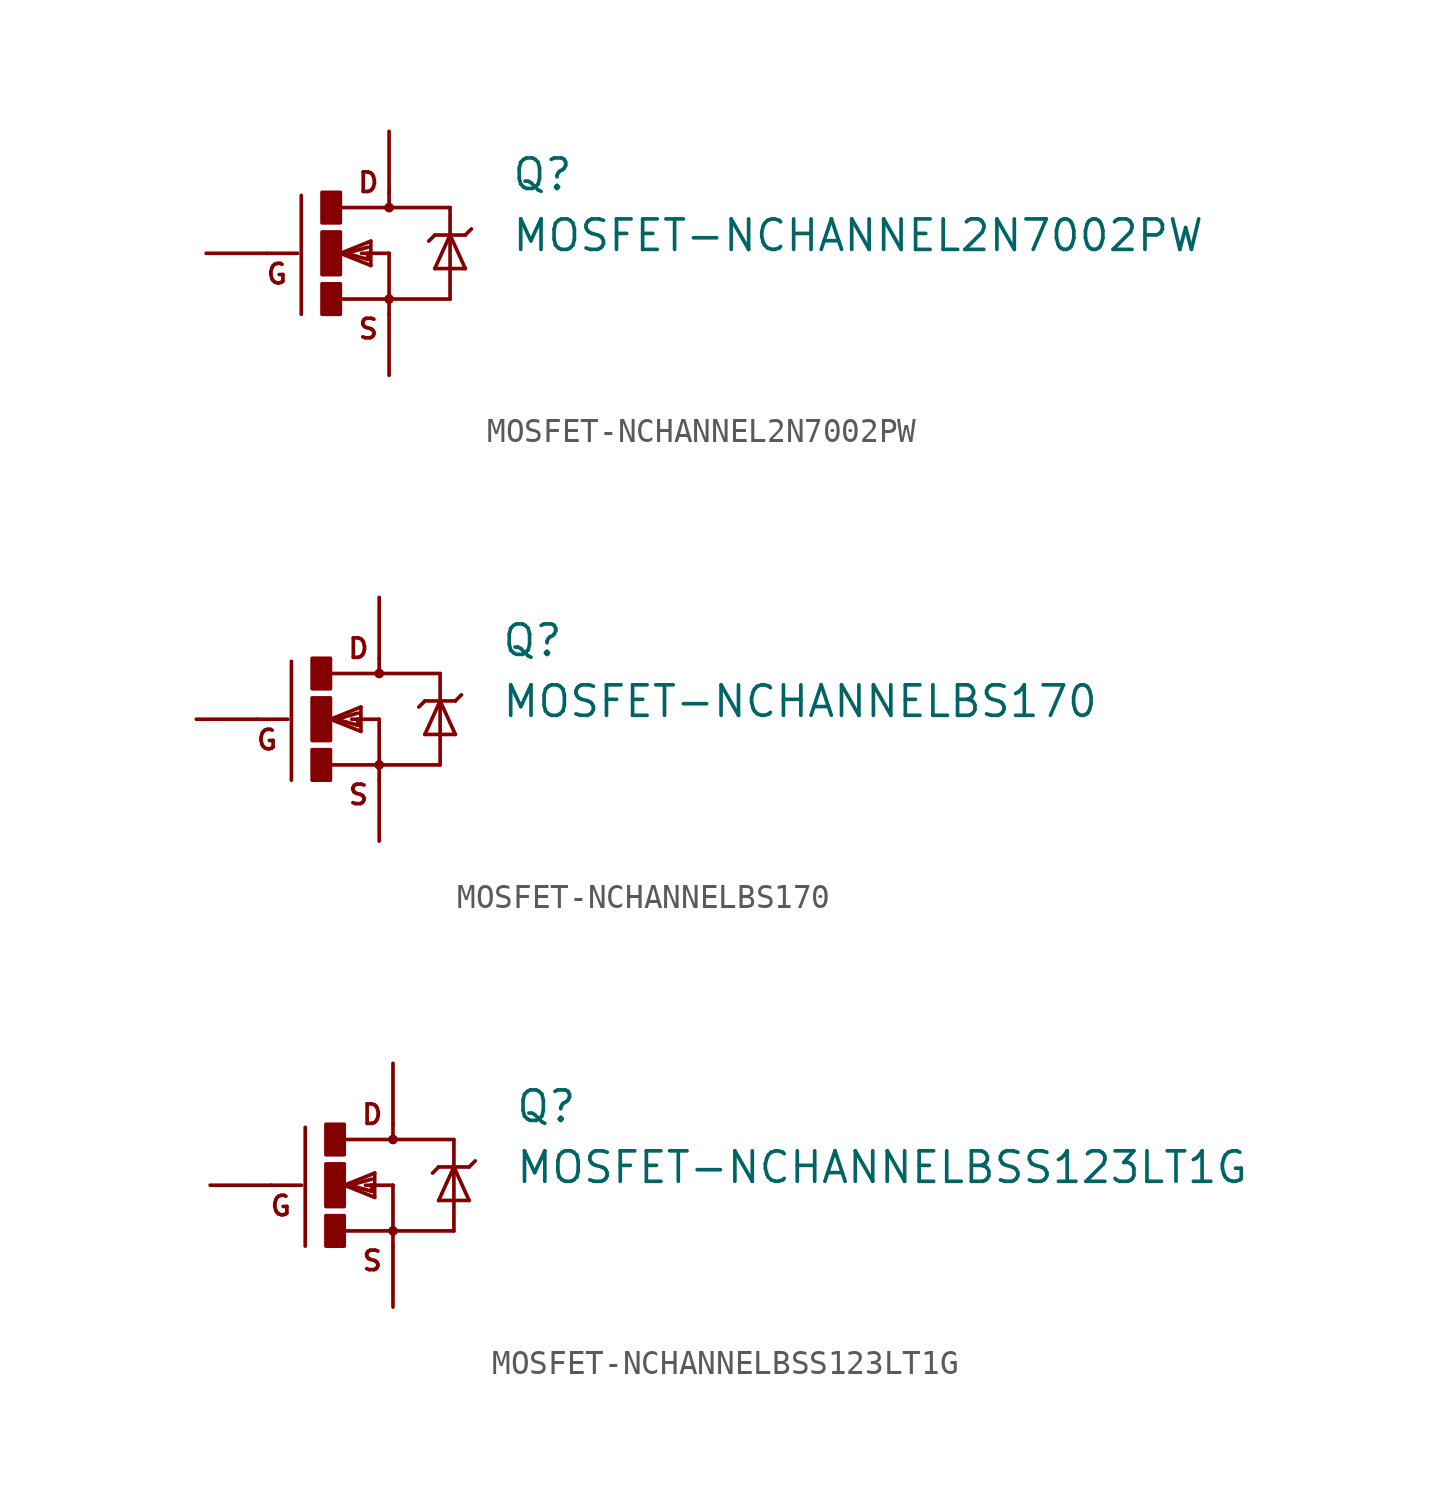
<source format=kicad_sym>
(kicad_symbol_lib
  (version 20211014)
  (generator kicad_symbol_editor)
  (symbol "MOSFET-NCHANNEL2N7002PW"
    (pin_numbers hide)
    (pin_names
      (offset 1.016) hide)
    (property "Reference" "Q"
      (at 5.08 2.54 0)
      (effects (font (size 1.27 1.27)) (justify left bottom)))
    (property "Value" "MOSFET-NCHANNEL2N7002PW"
      (at 5.08 0 0)
      (effects (font (size 1.27 1.27)) (justify left bottom)))
    (property "ki_locked" ""
      (at 0 0 0)
      (effects (font (size 1.27 1.27))))
    (symbol "MOSFET-NCHANNEL2N7002PW_1_0"
      (polyline (pts (xy -3.81 0) (xy -5.08 0)) (stroke (width 0) (type default) (color 0 0 0 0)) (fill (type none)))
      (polyline (pts (xy -3.658 2.413) (xy -3.658 -2.54)) (stroke (width 0) (type default) (color 0 0 0 0)) (fill (type none)))
      (polyline (pts (xy -2.032 -1.905) (xy 0 -1.905)) (stroke (width 0) (type default) (color 0 0 0 0)) (fill (type none)))
      (polyline (pts (xy -2.032 0) (xy -0.762 -0.508)) (stroke (width 0) (type default) (color 0 0 0 0)) (fill (type none)))
      (polyline (pts (xy -1.778 0) (xy -0.889 -0.254)) (stroke (width 0) (type default) (color 0 0 0 0)) (fill (type none)))
      (polyline (pts (xy -0.889 -0.254) (xy -0.889 0)) (stroke (width 0) (type default) (color 0 0 0 0)) (fill (type none)))
      (polyline (pts (xy -0.889 0) (xy -1.143 0)) (stroke (width 0) (type default) (color 0 0 0 0)) (fill (type none)))
      (polyline (pts (xy -0.889 0) (xy 0 0)) (stroke (width 0) (type default) (color 0 0 0 0)) (fill (type none)))
      (polyline (pts (xy -0.889 0.254) (xy -1.778 0)) (stroke (width 0) (type default) (color 0 0 0 0)) (fill (type none)))
      (polyline (pts (xy -0.762 -0.508) (xy -0.762 0.508)) (stroke (width 0) (type default) (color 0 0 0 0)) (fill (type none)))
      (polyline (pts (xy -0.762 0.508) (xy -2.032 0)) (stroke (width 0) (type default) (color 0 0 0 0)) (fill (type none)))
      (polyline (pts (xy 0 -1.905) (xy 0 -2.54)) (stroke (width 0) (type default) (color 0 0 0 0)) (fill (type none)))
      (polyline (pts (xy 0 0) (xy 0 -1.905)) (stroke (width 0) (type default) (color 0 0 0 0)) (fill (type none)))
      (polyline (pts (xy 0 1.905) (xy -2.007 1.905)) (stroke (width 0) (type default) (color 0 0 0 0)) (fill (type none)))
      (polyline (pts (xy 0 1.905) (xy 2.54 1.905)) (stroke (width 0) (type default) (color 0 0 0 0)) (fill (type none)))
      (polyline (pts (xy 0 2.54) (xy 0 1.905)) (stroke (width 0) (type default) (color 0 0 0 0)) (fill (type none)))
      (polyline (pts (xy 1.905 -0.635) (xy 3.175 -0.635)) (stroke (width 0) (type default) (color 0 0 0 0)) (fill (type none)))
      (polyline (pts (xy 1.905 0.762) (xy 1.651 0.508)) (stroke (width 0) (type default) (color 0 0 0 0)) (fill (type none)))
      (polyline (pts (xy 1.905 0.762) (xy 2.54 0.762)) (stroke (width 0) (type default) (color 0 0 0 0)) (fill (type none)))
      (polyline (pts (xy 2.54 -1.905) (xy 0 -1.905)) (stroke (width 0) (type default) (color 0 0 0 0)) (fill (type none)))
      (polyline (pts (xy 2.54 0.762) (xy 1.905 -0.635)) (stroke (width 0) (type default) (color 0 0 0 0)) (fill (type none)))
      (polyline (pts (xy 2.54 0.762) (xy 2.54 -1.905)) (stroke (width 0) (type default) (color 0 0 0 0)) (fill (type none)))
      (polyline (pts (xy 2.54 0.762) (xy 3.175 0.762)) (stroke (width 0) (type default) (color 0 0 0 0)) (fill (type none)))
      (polyline (pts (xy 2.54 1.905) (xy 2.54 0.762)) (stroke (width 0) (type default) (color 0 0 0 0)) (fill (type none)))
      (polyline (pts (xy 3.175 -0.635) (xy 2.54 0.762)) (stroke (width 0) (type default) (color 0 0 0 0)) (fill (type none)))
      (polyline (pts (xy 3.175 0.762) (xy 3.429 1.016)) (stroke (width 0) (type default) (color 0 0 0 0)) (fill (type none)))
      (text "D" (at -0.864 2.946 0) (effects (font (size 0.813 0.813))))
      (text "G" (at -4.674 -0.864 0) (effects (font (size 0.813 0.813))))
      (text "S" (at -0.864 -3.15 0) (effects (font (size 0.813 0.813)))))
    (symbol "MOSFET-NCHANNEL2N7002PW_1_1"
      (rectangle (start -2.794 -2.54) (end -2.032 -1.27) (stroke (width 0) (type default) (color 0 0 0 0)) (fill (type outline)))
      (rectangle (start -2.794 -0.889) (end -2.032 0.889) (stroke (width 0) (type default) (color 0 0 0 0)) (fill (type outline)))
      (rectangle (start -2.794 1.27) (end -2.032 2.54) (stroke (width 0) (type default) (color 0 0 0 0)) (fill (type outline)))
      (circle (center 0 -1.905) (radius 0.127) (stroke (width 0) (type default) (color 0 0 0 0)) (fill (type outline)))
      (circle (center 0 1.905) (radius 0.127) (stroke (width 0) (type default) (color 0 0 0 0)) (fill (type outline)))
      (pin passive line (at -7.62 0 0) (length 2.54) (name "G" (effects (font (size 1.016 1.016)))) (number "1" (effects (font (size 1.016 1.016)))))
      (pin passive line (at 0 -5.08 90) (length 2.54) (name "S" (effects (font (size 1.016 1.016)))) (number "2" (effects (font (size 1.016 1.016)))))
      (pin passive line (at 0 5.08 270) (length 2.54) (name "D" (effects (font (size 1.016 1.016)))) (number "3" (effects (font (size 1.016 1.016)))))))
  (symbol "MOSFET-NCHANNELBS170"
    (pin_numbers hide)
    (pin_names
      (offset 1.016) hide)
    (property "Reference" "Q"
      (at 5.08 2.54 0)
      (effects (font (size 1.27 1.27)) (justify left bottom)))
    (property "Value" "MOSFET-NCHANNELBS170"
      (at 5.08 0 0)
      (effects (font (size 1.27 1.27)) (justify left bottom)))
    (property "ki_locked" ""
      (at 0 0 0)
      (effects (font (size 1.27 1.27))))
    (symbol "MOSFET-NCHANNELBS170_1_0"
      (polyline (pts (xy -3.81 0) (xy -5.08 0)) (stroke (width 0) (type default) (color 0 0 0 0)) (fill (type none)))
      (polyline (pts (xy -3.658 2.413) (xy -3.658 -2.54)) (stroke (width 0) (type default) (color 0 0 0 0)) (fill (type none)))
      (polyline (pts (xy -2.032 -1.905) (xy 0 -1.905)) (stroke (width 0) (type default) (color 0 0 0 0)) (fill (type none)))
      (polyline (pts (xy -2.032 0) (xy -0.762 -0.508)) (stroke (width 0) (type default) (color 0 0 0 0)) (fill (type none)))
      (polyline (pts (xy -1.778 0) (xy -0.889 -0.254)) (stroke (width 0) (type default) (color 0 0 0 0)) (fill (type none)))
      (polyline (pts (xy -0.889 -0.254) (xy -0.889 0)) (stroke (width 0) (type default) (color 0 0 0 0)) (fill (type none)))
      (polyline (pts (xy -0.889 0) (xy -1.143 0)) (stroke (width 0) (type default) (color 0 0 0 0)) (fill (type none)))
      (polyline (pts (xy -0.889 0) (xy 0 0)) (stroke (width 0) (type default) (color 0 0 0 0)) (fill (type none)))
      (polyline (pts (xy -0.889 0.254) (xy -1.778 0)) (stroke (width 0) (type default) (color 0 0 0 0)) (fill (type none)))
      (polyline (pts (xy -0.762 -0.508) (xy -0.762 0.508)) (stroke (width 0) (type default) (color 0 0 0 0)) (fill (type none)))
      (polyline (pts (xy -0.762 0.508) (xy -2.032 0)) (stroke (width 0) (type default) (color 0 0 0 0)) (fill (type none)))
      (polyline (pts (xy 0 -1.905) (xy 0 -2.54)) (stroke (width 0) (type default) (color 0 0 0 0)) (fill (type none)))
      (polyline (pts (xy 0 0) (xy 0 -1.905)) (stroke (width 0) (type default) (color 0 0 0 0)) (fill (type none)))
      (polyline (pts (xy 0 1.905) (xy -2.007 1.905)) (stroke (width 0) (type default) (color 0 0 0 0)) (fill (type none)))
      (polyline (pts (xy 0 1.905) (xy 2.54 1.905)) (stroke (width 0) (type default) (color 0 0 0 0)) (fill (type none)))
      (polyline (pts (xy 0 2.54) (xy 0 1.905)) (stroke (width 0) (type default) (color 0 0 0 0)) (fill (type none)))
      (polyline (pts (xy 1.905 -0.635) (xy 3.175 -0.635)) (stroke (width 0) (type default) (color 0 0 0 0)) (fill (type none)))
      (polyline (pts (xy 1.905 0.762) (xy 1.651 0.508)) (stroke (width 0) (type default) (color 0 0 0 0)) (fill (type none)))
      (polyline (pts (xy 1.905 0.762) (xy 2.54 0.762)) (stroke (width 0) (type default) (color 0 0 0 0)) (fill (type none)))
      (polyline (pts (xy 2.54 -1.905) (xy 0 -1.905)) (stroke (width 0) (type default) (color 0 0 0 0)) (fill (type none)))
      (polyline (pts (xy 2.54 0.762) (xy 1.905 -0.635)) (stroke (width 0) (type default) (color 0 0 0 0)) (fill (type none)))
      (polyline (pts (xy 2.54 0.762) (xy 2.54 -1.905)) (stroke (width 0) (type default) (color 0 0 0 0)) (fill (type none)))
      (polyline (pts (xy 2.54 0.762) (xy 3.175 0.762)) (stroke (width 0) (type default) (color 0 0 0 0)) (fill (type none)))
      (polyline (pts (xy 2.54 1.905) (xy 2.54 0.762)) (stroke (width 0) (type default) (color 0 0 0 0)) (fill (type none)))
      (polyline (pts (xy 3.175 -0.635) (xy 2.54 0.762)) (stroke (width 0) (type default) (color 0 0 0 0)) (fill (type none)))
      (polyline (pts (xy 3.175 0.762) (xy 3.429 1.016)) (stroke (width 0) (type default) (color 0 0 0 0)) (fill (type none)))
      (text "D" (at -0.864 2.946 0) (effects (font (size 0.813 0.813))))
      (text "G" (at -4.674 -0.864 0) (effects (font (size 0.813 0.813))))
      (text "S" (at -0.864 -3.15 0) (effects (font (size 0.813 0.813)))))
    (symbol "MOSFET-NCHANNELBS170_1_1"
      (rectangle (start -2.794 -2.54) (end -2.032 -1.27) (stroke (width 0) (type default) (color 0 0 0 0)) (fill (type outline)))
      (rectangle (start -2.794 -0.889) (end -2.032 0.889) (stroke (width 0) (type default) (color 0 0 0 0)) (fill (type outline)))
      (rectangle (start -2.794 1.27) (end -2.032 2.54) (stroke (width 0) (type default) (color 0 0 0 0)) (fill (type outline)))
      (circle (center 0 -1.905) (radius 0.127) (stroke (width 0) (type default) (color 0 0 0 0)) (fill (type outline)))
      (circle (center 0 1.905) (radius 0.127) (stroke (width 0) (type default) (color 0 0 0 0)) (fill (type outline)))
      (pin passive line (at 0 5.08 270) (length 2.54) (name "D" (effects (font (size 1.016 1.016)))) (number "1" (effects (font (size 1.016 1.016)))))
      (pin passive line (at -7.62 0 0) (length 2.54) (name "G" (effects (font (size 1.016 1.016)))) (number "2" (effects (font (size 1.016 1.016)))))
      (pin passive line (at 0 -5.08 90) (length 2.54) (name "S" (effects (font (size 1.016 1.016)))) (number "3" (effects (font (size 1.016 1.016)))))))
  (symbol "MOSFET-NCHANNELBSS123LT1G"
    (pin_numbers hide)
    (pin_names
      (offset 1.016) hide)
    (property "Reference" "Q"
      (at 5.08 2.54 0)
      (effects (font (size 1.27 1.27)) (justify left bottom)))
    (property "Value" "MOSFET-NCHANNELBSS123LT1G"
      (at 5.08 0 0)
      (effects (font (size 1.27 1.27)) (justify left bottom)))
    (property "ki_locked" ""
      (at 0 0 0)
      (effects (font (size 1.27 1.27))))
    (symbol "MOSFET-NCHANNELBSS123LT1G_1_0"
      (polyline (pts (xy -3.81 0) (xy -5.08 0)) (stroke (width 0) (type default) (color 0 0 0 0)) (fill (type none)))
      (polyline (pts (xy -3.658 2.413) (xy -3.658 -2.54)) (stroke (width 0) (type default) (color 0 0 0 0)) (fill (type none)))
      (polyline (pts (xy -2.032 -1.905) (xy 0 -1.905)) (stroke (width 0) (type default) (color 0 0 0 0)) (fill (type none)))
      (polyline (pts (xy -2.032 0) (xy -0.762 -0.508)) (stroke (width 0) (type default) (color 0 0 0 0)) (fill (type none)))
      (polyline (pts (xy -1.778 0) (xy -0.889 -0.254)) (stroke (width 0) (type default) (color 0 0 0 0)) (fill (type none)))
      (polyline (pts (xy -0.889 -0.254) (xy -0.889 0)) (stroke (width 0) (type default) (color 0 0 0 0)) (fill (type none)))
      (polyline (pts (xy -0.889 0) (xy -1.143 0)) (stroke (width 0) (type default) (color 0 0 0 0)) (fill (type none)))
      (polyline (pts (xy -0.889 0) (xy 0 0)) (stroke (width 0) (type default) (color 0 0 0 0)) (fill (type none)))
      (polyline (pts (xy -0.889 0.254) (xy -1.778 0)) (stroke (width 0) (type default) (color 0 0 0 0)) (fill (type none)))
      (polyline (pts (xy -0.762 -0.508) (xy -0.762 0.508)) (stroke (width 0) (type default) (color 0 0 0 0)) (fill (type none)))
      (polyline (pts (xy -0.762 0.508) (xy -2.032 0)) (stroke (width 0) (type default) (color 0 0 0 0)) (fill (type none)))
      (polyline (pts (xy 0 -1.905) (xy 0 -2.54)) (stroke (width 0) (type default) (color 0 0 0 0)) (fill (type none)))
      (polyline (pts (xy 0 0) (xy 0 -1.905)) (stroke (width 0) (type default) (color 0 0 0 0)) (fill (type none)))
      (polyline (pts (xy 0 1.905) (xy -2.007 1.905)) (stroke (width 0) (type default) (color 0 0 0 0)) (fill (type none)))
      (polyline (pts (xy 0 1.905) (xy 2.54 1.905)) (stroke (width 0) (type default) (color 0 0 0 0)) (fill (type none)))
      (polyline (pts (xy 0 2.54) (xy 0 1.905)) (stroke (width 0) (type default) (color 0 0 0 0)) (fill (type none)))
      (polyline (pts (xy 1.905 -0.635) (xy 3.175 -0.635)) (stroke (width 0) (type default) (color 0 0 0 0)) (fill (type none)))
      (polyline (pts (xy 1.905 0.762) (xy 1.651 0.508)) (stroke (width 0) (type default) (color 0 0 0 0)) (fill (type none)))
      (polyline (pts (xy 1.905 0.762) (xy 2.54 0.762)) (stroke (width 0) (type default) (color 0 0 0 0)) (fill (type none)))
      (polyline (pts (xy 2.54 -1.905) (xy 0 -1.905)) (stroke (width 0) (type default) (color 0 0 0 0)) (fill (type none)))
      (polyline (pts (xy 2.54 0.762) (xy 1.905 -0.635)) (stroke (width 0) (type default) (color 0 0 0 0)) (fill (type none)))
      (polyline (pts (xy 2.54 0.762) (xy 2.54 -1.905)) (stroke (width 0) (type default) (color 0 0 0 0)) (fill (type none)))
      (polyline (pts (xy 2.54 0.762) (xy 3.175 0.762)) (stroke (width 0) (type default) (color 0 0 0 0)) (fill (type none)))
      (polyline (pts (xy 2.54 1.905) (xy 2.54 0.762)) (stroke (width 0) (type default) (color 0 0 0 0)) (fill (type none)))
      (polyline (pts (xy 3.175 -0.635) (xy 2.54 0.762)) (stroke (width 0) (type default) (color 0 0 0 0)) (fill (type none)))
      (polyline (pts (xy 3.175 0.762) (xy 3.429 1.016)) (stroke (width 0) (type default) (color 0 0 0 0)) (fill (type none)))
      (text "D" (at -0.864 2.946 0) (effects (font (size 0.813 0.813))))
      (text "G" (at -4.674 -0.864 0) (effects (font (size 0.813 0.813))))
      (text "S" (at -0.864 -3.15 0) (effects (font (size 0.813 0.813)))))
    (symbol "MOSFET-NCHANNELBSS123LT1G_1_1"
      (rectangle (start -2.794 -2.54) (end -2.032 -1.27) (stroke (width 0) (type default) (color 0 0 0 0)) (fill (type outline)))
      (rectangle (start -2.794 -0.889) (end -2.032 0.889) (stroke (width 0) (type default) (color 0 0 0 0)) (fill (type outline)))
      (rectangle (start -2.794 1.27) (end -2.032 2.54) (stroke (width 0) (type default) (color 0 0 0 0)) (fill (type outline)))
      (circle (center 0 -1.905) (radius 0.127) (stroke (width 0) (type default) (color 0 0 0 0)) (fill (type outline)))
      (circle (center 0 1.905) (radius 0.127) (stroke (width 0) (type default) (color 0 0 0 0)) (fill (type outline)))
      (pin passive line (at -7.62 0 0) (length 2.54) (name "G" (effects (font (size 1.016 1.016)))) (number "1" (effects (font (size 1.016 1.016)))))
      (pin passive line (at 0 -5.08 90) (length 2.54) (name "S" (effects (font (size 1.016 1.016)))) (number "2" (effects (font (size 1.016 1.016)))))
      (pin passive line (at 0 5.08 270) (length 2.54) (name "D" (effects (font (size 1.016 1.016)))) (number "3" (effects (font (size 1.016 1.016))))))))
</source>
